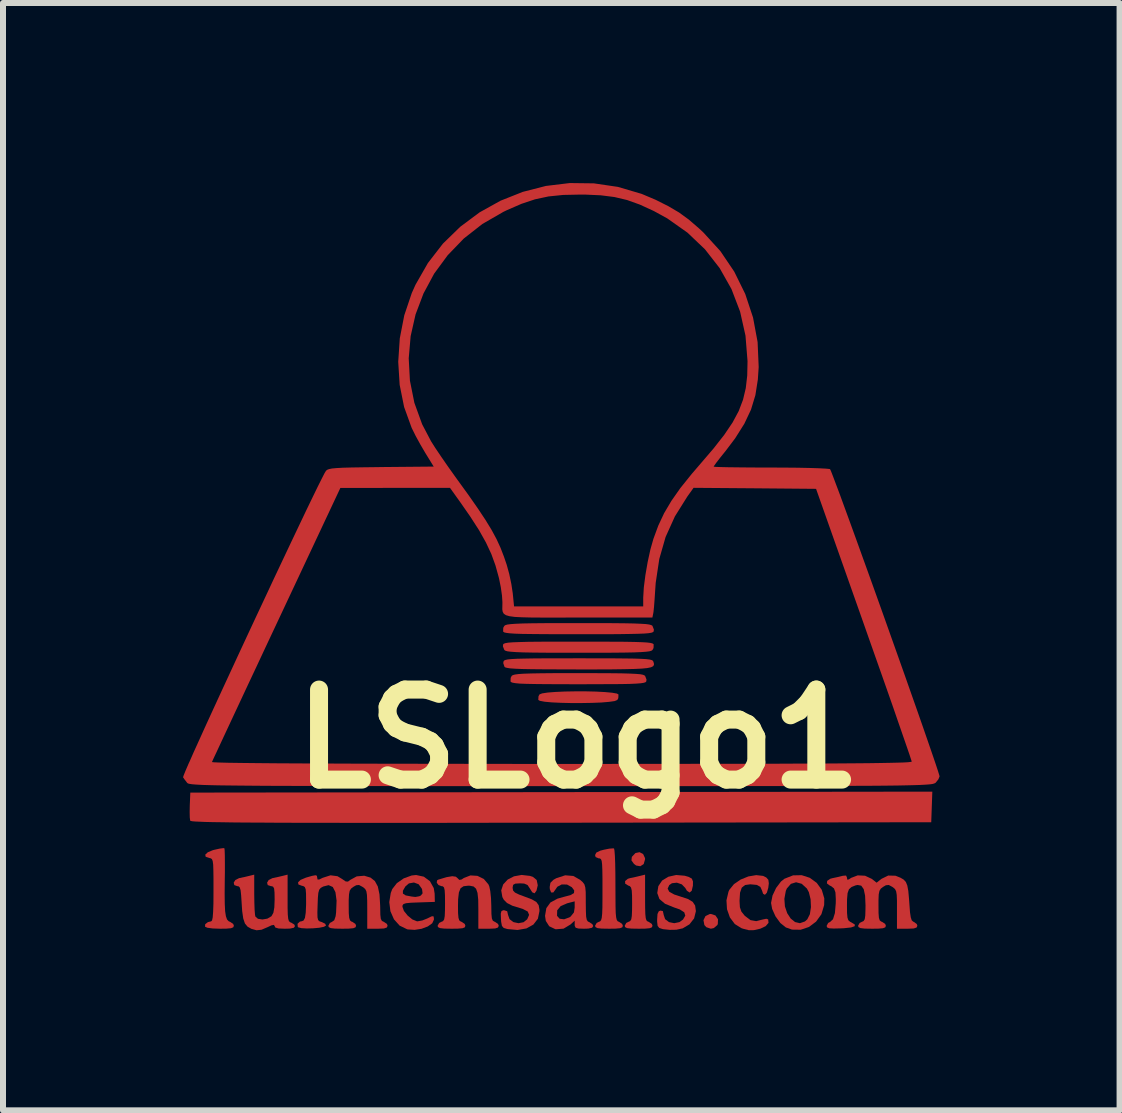
<source format=kicad_pcb>
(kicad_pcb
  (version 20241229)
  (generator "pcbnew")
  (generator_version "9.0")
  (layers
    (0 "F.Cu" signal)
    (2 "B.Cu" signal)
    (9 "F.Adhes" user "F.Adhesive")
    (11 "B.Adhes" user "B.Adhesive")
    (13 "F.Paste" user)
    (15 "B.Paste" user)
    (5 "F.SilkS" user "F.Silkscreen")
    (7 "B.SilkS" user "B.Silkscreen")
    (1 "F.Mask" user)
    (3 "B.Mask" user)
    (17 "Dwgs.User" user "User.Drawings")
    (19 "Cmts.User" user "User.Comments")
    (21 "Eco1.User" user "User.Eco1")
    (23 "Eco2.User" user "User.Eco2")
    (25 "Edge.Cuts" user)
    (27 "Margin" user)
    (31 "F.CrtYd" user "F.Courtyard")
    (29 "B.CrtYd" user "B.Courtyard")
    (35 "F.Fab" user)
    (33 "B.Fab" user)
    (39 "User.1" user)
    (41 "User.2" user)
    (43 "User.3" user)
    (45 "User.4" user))
  (footprint "LSLogo1"
    (layer "F.Cu")
    (at 6.587 9.261)
    (property "Reference" "LSLogo1" (at 0 0 0) (layer "F.SilkS") (effects (font (size 1.5 1.5) (thickness 0.3))))
    (attr board_only exclude_from_pos_files exclude_from_bom)
    (fp_poly (pts (xy 1.078 1.918) (xy 1.11 1.986) (xy 1.111 2.006) (xy 1.088 2.085) (xy 1.032 2.122) (xy 0.962 2.11) (xy 0.926 2.083) (xy 0.884 2.025) (xy 0.89 1.97) (xy 0.894 1.962) (xy 0.951 1.902) (xy 1.019 1.888)) (stroke (width 0) (type solid)) (fill yes) (layer "F.Cu"))
    (fp_poly (pts (xy 2.284 2.942) (xy 2.326 3.005) (xy 2.323 3.084) (xy 2.315 3.102) (xy 2.257 3.152) (xy 2.207 3.163) (xy 2.132 3.138) (xy 2.099 3.102) (xy 2.084 3.021) (xy 2.117 2.953) (xy 2.188 2.918) (xy 2.207 2.917)) (stroke (width 0) (type solid)) (fill yes) (layer "F.Cu"))
    (fp_poly (pts (xy 0.124 -0.792) (xy 0.292 -0.788) (xy 0.442 -0.78) (xy 0.562 -0.769) (xy 0.642 -0.755) (xy 0.668 -0.74) (xy 0.665 -0.679) (xy 0.648 -0.648) (xy 0.604 -0.63) (xy 0.511 -0.617) (xy 0.381 -0.606) (xy 0.224 -0.6) (xy 0.052 -0.597) (xy -0.124 -0.597) (xy -0.292 -0.601) (xy -0.442 -0.608) (xy -0.562 -0.619) (xy -0.642 -0.634) (xy -0.668 -0.649) (xy -0.665 -0.709) (xy -0.648 -0.741) (xy -0.604 -0.758) (xy -0.511 -0.772) (xy -0.381 -0.782) (xy -0.224 -0.789) (xy -0.052 -0.792)) (stroke (width 0) (type solid)) (fill yes) (layer "F.Cu"))
    (fp_poly (pts (xy 5.888 1.134) (xy 5.879 1.389) (xy -0.286 1.397) (xy -1.027 1.397) (xy -1.707 1.398) (xy -2.331 1.399) (xy -2.9 1.399) (xy -3.417 1.399) (xy -3.884 1.399) (xy -4.302 1.398) (xy -4.676 1.398) (xy -5.006 1.397) (xy -5.296 1.395) (xy -5.548 1.394) (xy -5.763 1.392) (xy -5.945 1.389) (xy -6.095 1.387) (xy -6.216 1.384) (xy -6.31 1.38) (xy -6.381 1.377) (xy -6.429 1.373) (xy -6.457 1.368) (xy -6.468 1.363) (xy -6.468 1.363) (xy -6.475 1.312) (xy -6.477 1.22) (xy -6.475 1.108) (xy -6.466 0.895) (xy -0.284 0.887) (xy 5.897 0.879)) (stroke (width 0) (type solid)) (fill yes) (layer "F.Cu"))
    (fp_poly (pts (xy 1.111 2.647) (xy 1.112 2.808) (xy 1.115 2.917) (xy 1.122 2.986) (xy 1.134 3.024) (xy 1.154 3.042) (xy 1.173 3.049) (xy 1.223 3.083) (xy 1.235 3.114) (xy 1.224 3.14) (xy 1.186 3.155) (xy 1.108 3.162) (xy 1.003 3.163) (xy 0.882 3.161) (xy 0.811 3.153) (xy 0.778 3.136) (xy 0.772 3.114) (xy 0.797 3.067) (xy 0.833 3.049) (xy 0.862 3.036) (xy 0.881 3.007) (xy 0.89 2.951) (xy 0.894 2.854) (xy 0.895 2.747) (xy 0.894 2.612) (xy 0.889 2.526) (xy 0.877 2.477) (xy 0.856 2.453) (xy 0.833 2.445) (xy 0.78 2.413) (xy 0.778 2.369) (xy 0.824 2.331) (xy 0.861 2.32) (xy 0.959 2.299) (xy 1.03 2.282) (xy 1.111 2.262)) (stroke (width 0) (type solid)) (fill yes) (layer "F.Cu"))
    (fp_poly (pts (xy 0.292 -1.095) (xy 0.527 -1.094) (xy 0.713 -1.092) (xy 0.855 -1.088) (xy 0.959 -1.083) (xy 1.031 -1.077) (xy 1.077 -1.068) (xy 1.103 -1.056) (xy 1.111 -1.05) (xy 1.135 -0.989) (xy 1.131 -0.957) (xy 1.12 -0.945) (xy 1.092 -0.935) (xy 1.043 -0.927) (xy 0.967 -0.921) (xy 0.856 -0.916) (xy 0.707 -0.913) (xy 0.513 -0.912) (xy 0.268 -0.911) (xy -0.000001 -0.91) (xy -0.295 -0.911) (xy -0.535 -0.912) (xy -0.724 -0.914) (xy -0.869 -0.917) (xy -0.976 -0.921) (xy -1.049 -0.928) (xy -1.096 -0.936) (xy -1.121 -0.946) (xy -1.131 -0.957) (xy -1.128 -1.018) (xy -1.111 -1.05) (xy -1.093 -1.062) (xy -1.058 -1.072) (xy -1 -1.08) (xy -0.913 -1.086) (xy -0.791 -1.09) (xy -0.628 -1.093) (xy -0.418 -1.095) (xy -0.156 -1.096) (xy -0.000001 -1.096)) (stroke (width 0) (type solid)) (fill yes) (layer "F.Cu"))
    (fp_poly (pts (xy 0.31 -1.342) (xy 0.563 -1.342) (xy 0.766 -1.34) (xy 0.925 -1.338) (xy 1.044 -1.334) (xy 1.129 -1.329) (xy 1.187 -1.322) (xy 1.222 -1.313) (xy 1.241 -1.302) (xy 1.247 -1.292) (xy 1.258 -1.259) (xy 1.259 -1.232) (xy 1.244 -1.21) (xy 1.21 -1.193) (xy 1.149 -1.18) (xy 1.058 -1.171) (xy 0.931 -1.165) (xy 0.762 -1.161) (xy 0.547 -1.158) (xy 0.28 -1.157) (xy -0.000001 -1.157) (xy -0.313 -1.158) (xy -0.57 -1.159) (xy -0.775 -1.161) (xy -0.935 -1.164) (xy -1.054 -1.169) (xy -1.139 -1.175) (xy -1.193 -1.184) (xy -1.223 -1.193) (xy -1.231 -1.2) (xy -1.252 -1.262) (xy -1.247 -1.292) (xy -1.238 -1.305) (xy -1.216 -1.315) (xy -1.176 -1.324) (xy -1.112 -1.33) (xy -1.019 -1.335) (xy -0.891 -1.338) (xy -0.723 -1.341) (xy -0.509 -1.342) (xy -0.243 -1.342) (xy -0.000001 -1.343)) (stroke (width 0) (type solid)) (fill yes) (layer "F.Cu"))
    (fp_poly (pts (xy 3.856 2.315) (xy 3.971 2.399) (xy 4.055 2.515) (xy 4.097 2.657) (xy 4.095 2.769) (xy 4.049 2.922) (xy 3.96 3.045) (xy 3.841 3.134) (xy 3.704 3.18) (xy 3.56 3.178) (xy 3.457 3.142) (xy 3.365 3.068) (xy 3.284 2.957) (xy 3.228 2.833) (xy 3.21 2.733) (xy 3.224 2.665) (xy 3.432 2.665) (xy 3.441 2.791) (xy 3.479 2.904) (xy 3.537 2.993) (xy 3.61 3.052) (xy 3.691 3.071) (xy 3.774 3.042) (xy 3.814 3.006) (xy 3.857 2.921) (xy 3.875 2.803) (xy 3.869 2.673) (xy 3.84 2.555) (xy 3.807 2.493) (xy 3.72 2.414) (xy 3.627 2.389) (xy 3.54 2.416) (xy 3.473 2.493) (xy 3.456 2.533) (xy 3.432 2.665) (xy 3.224 2.665) (xy 3.234 2.611) (xy 3.294 2.484) (xy 3.375 2.377) (xy 3.432 2.331) (xy 3.576 2.274) (xy 3.721 2.271)) (stroke (width 0) (type solid)) (fill yes) (layer "F.Cu"))
    (fp_poly (pts (xy 0.309 -1.929) (xy 0.562 -1.928) (xy 0.764 -1.926) (xy 0.922 -1.923) (xy 1.04 -1.918) (xy 1.125 -1.913) (xy 1.182 -1.905) (xy 1.216 -1.895) (xy 1.234 -1.884) (xy 1.234 -1.883) (xy 1.258 -1.822) (xy 1.254 -1.79) (xy 1.243 -1.779) (xy 1.217 -1.769) (xy 1.17 -1.761) (xy 1.096 -1.755) (xy 0.99 -1.751) (xy 0.846 -1.748) (xy 0.66 -1.745) (xy 0.425 -1.744) (xy 0.137 -1.744) (xy -0.000001 -1.744) (xy -0.313 -1.744) (xy -0.569 -1.745) (xy -0.775 -1.747) (xy -0.935 -1.749) (xy -1.056 -1.753) (xy -1.143 -1.759) (xy -1.2 -1.766) (xy -1.235 -1.774) (xy -1.251 -1.785) (xy -1.254 -1.79) (xy -1.252 -1.851) (xy -1.234 -1.883) (xy -1.217 -1.895) (xy -1.183 -1.905) (xy -1.128 -1.912) (xy -1.044 -1.918) (xy -0.927 -1.923) (xy -0.771 -1.926) (xy -0.57 -1.928) (xy -0.32 -1.929) (xy -0.013 -1.929) (xy -0.000001 -1.929)) (stroke (width 0) (type solid)) (fill yes) (layer "F.Cu"))
    (fp_poly (pts (xy 0.313 -1.62) (xy 0.569 -1.619) (xy 0.775 -1.618) (xy 0.935 -1.615) (xy 1.056 -1.611) (xy 1.143 -1.606) (xy 1.2 -1.599) (xy 1.235 -1.59) (xy 1.251 -1.579) (xy 1.254 -1.574) (xy 1.252 -1.513) (xy 1.234 -1.481) (xy 1.217 -1.469) (xy 1.183 -1.459) (xy 1.128 -1.452) (xy 1.044 -1.446) (xy 0.927 -1.441) (xy 0.771 -1.438) (xy 0.57 -1.436) (xy 0.32 -1.435) (xy 0.013 -1.435) (xy -0.000001 -1.435) (xy -0.309 -1.435) (xy -0.562 -1.436) (xy -0.764 -1.438) (xy -0.922 -1.441) (xy -1.04 -1.446) (xy -1.125 -1.452) (xy -1.182 -1.459) (xy -1.216 -1.469) (xy -1.234 -1.481) (xy -1.234 -1.481) (xy -1.258 -1.542) (xy -1.254 -1.574) (xy -1.243 -1.585) (xy -1.217 -1.595) (xy -1.17 -1.603) (xy -1.096 -1.609) (xy -0.99 -1.613) (xy -0.846 -1.617) (xy -0.66 -1.619) (xy -0.425 -1.62) (xy -0.137 -1.62) (xy -0.000001 -1.62)) (stroke (width 0) (type solid)) (fill yes) (layer "F.Cu"))
    (fp_poly (pts (xy 3.078 2.283) (xy 3.13 2.309) (xy 3.165 2.348) (xy 3.173 2.407) (xy 3.164 2.481) (xy 3.14 2.563) (xy 3.108 2.598) (xy 3.077 2.58) (xy 3.06 2.528) (xy 3.032 2.466) (xy 2.972 2.433) (xy 2.865 2.423) (xy 2.864 2.423) (xy 2.777 2.435) (xy 2.722 2.479) (xy 2.693 2.563) (xy 2.685 2.697) (xy 2.685 2.701) (xy 2.691 2.806) (xy 2.716 2.878) (xy 2.77 2.945) (xy 2.775 2.95) (xy 2.868 3.02) (xy 2.963 3.037) (xy 3.068 3.01) (xy 3.131 2.997) (xy 3.162 3.008) (xy 3.168 3.065) (xy 3.121 3.12) (xy 3.033 3.162) (xy 3.029 3.163) (xy 2.924 3.187) (xy 2.841 3.188) (xy 2.747 3.164) (xy 2.717 3.154) (xy 2.606 3.085) (xy 2.524 2.975) (xy 2.476 2.838) (xy 2.467 2.69) (xy 2.501 2.546) (xy 2.515 2.515) (xy 2.592 2.42) (xy 2.703 2.344) (xy 2.832 2.292) (xy 2.963 2.27)) (stroke (width 0) (type solid)) (fill yes) (layer "F.Cu"))
    (fp_poly (pts (xy -5.898 1.823) (xy -5.894 1.857) (xy -5.891 1.942) (xy -5.89 2.068) (xy -5.89 2.224) (xy -5.892 2.355) (xy -5.894 2.578) (xy -5.892 2.748) (xy -5.886 2.871) (xy -5.873 2.955) (xy -5.854 3.009) (xy -5.827 3.038) (xy -5.8 3.05) (xy -5.751 3.084) (xy -5.74 3.114) (xy -5.751 3.14) (xy -5.789 3.155) (xy -5.868 3.162) (xy -5.97 3.163) (xy -6.093 3.159) (xy -6.182 3.147) (xy -6.221 3.129) (xy -6.218 3.088) (xy -6.173 3.053) (xy -6.119 3.04) (xy -6.104 3.025) (xy -6.093 2.975) (xy -6.086 2.883) (xy -6.081 2.743) (xy -6.08 2.55) (xy -6.08 2.517) (xy -6.08 2.327) (xy -6.082 2.189) (xy -6.085 2.096) (xy -6.093 2.037) (xy -6.105 2.005) (xy -6.123 1.991) (xy -6.147 1.985) (xy -6.149 1.985) (xy -6.21 1.964) (xy -6.217 1.929) (xy -6.176 1.89) (xy -6.09 1.854) (xy -6.066 1.848) (xy -5.976 1.828) (xy -5.914 1.82)) (stroke (width 0) (type solid)) (fill yes) (layer "F.Cu"))
    (fp_poly (pts (xy 0.594 1.826) (xy 0.601 1.86) (xy 0.608 1.946) (xy 0.613 2.074) (xy 0.616 2.234) (xy 0.617 2.418) (xy 0.617 2.436) (xy 0.618 2.642) (xy 0.619 2.795) (xy 0.622 2.902) (xy 0.629 2.973) (xy 0.639 3.015) (xy 0.653 3.037) (xy 0.673 3.047) (xy 0.679 3.049) (xy 0.729 3.083) (xy 0.741 3.114) (xy 0.731 3.14) (xy 0.692 3.155) (xy 0.614 3.162) (xy 0.509 3.163) (xy 0.388 3.161) (xy 0.318 3.153) (xy 0.285 3.136) (xy 0.278 3.114) (xy 0.304 3.067) (xy 0.339 3.049) (xy 0.362 3.04) (xy 0.378 3.02) (xy 0.389 2.982) (xy 0.396 2.914) (xy 0.4 2.81) (xy 0.401 2.66) (xy 0.401 2.512) (xy 0.401 2.321) (xy 0.399 2.184) (xy 0.395 2.091) (xy 0.388 2.034) (xy 0.376 2.004) (xy 0.359 1.992) (xy 0.339 1.991) (xy 0.287 1.969) (xy 0.278 1.936) (xy 0.298 1.895) (xy 0.364 1.863) (xy 0.424 1.847) (xy 0.514 1.829) (xy 0.578 1.824)) (stroke (width 0) (type solid)) (fill yes) (layer "F.Cu"))
    (fp_poly (pts (xy -2.575 2.296) (xy -2.473 2.372) (xy -2.41 2.486) (xy -2.395 2.579) (xy -2.392 2.716) (xy -2.662 2.725) (xy -2.792 2.73) (xy -2.872 2.738) (xy -2.914 2.752) (xy -2.93 2.774) (xy -2.932 2.797) (xy -2.907 2.867) (xy -2.845 2.944) (xy -2.767 3.008) (xy -2.691 3.039) (xy -2.68 3.04) (xy -2.6 3.025) (xy -2.519 2.993) (xy -2.448 2.958) (xy -2.416 2.954) (xy -2.408 2.983) (xy -2.407 3.011) (xy -2.435 3.072) (xy -2.509 3.125) (xy -2.612 3.164) (xy -2.728 3.182) (xy -2.841 3.175) (xy -2.854 3.172) (xy -2.979 3.111) (xy -3.073 3.006) (xy -3.132 2.872) (xy -3.151 2.72) (xy -3.128 2.578) (xy -2.924 2.578) (xy -2.878 2.608) (xy -2.778 2.627) (xy -2.716 2.634) (xy -2.65 2.622) (xy -2.624 2.609) (xy -2.596 2.573) (xy -2.604 2.51) (xy -2.61 2.494) (xy -2.662 2.422) (xy -2.74 2.393) (xy -2.824 2.408) (xy -2.883 2.459) (xy -2.924 2.53) (xy -2.924 2.578) (xy -3.128 2.578) (xy -3.125 2.564) (xy -3.101 2.502) (xy -3.025 2.404) (xy -2.91 2.324) (xy -2.778 2.276) (xy -2.704 2.268)) (stroke (width 0) (type solid)) (fill yes) (layer "F.Cu"))
    (fp_poly (pts (xy 1.771 2.28) (xy 1.836 2.299) (xy 1.89 2.328) (xy 1.909 2.375) (xy 1.908 2.446) (xy 1.888 2.531) (xy 1.853 2.56) (xy 1.808 2.53) (xy 1.781 2.484) (xy 1.723 2.424) (xy 1.641 2.396) (xy 1.559 2.405) (xy 1.514 2.436) (xy 1.487 2.495) (xy 1.514 2.547) (xy 1.597 2.593) (xy 1.695 2.625) (xy 1.825 2.668) (xy 1.904 2.715) (xy 1.945 2.777) (xy 1.957 2.864) (xy 1.957 2.874) (xy 1.928 2.991) (xy 1.851 3.09) (xy 1.738 3.157) (xy 1.632 3.18) (xy 1.523 3.182) (xy 1.423 3.172) (xy 1.404 3.169) (xy 1.347 3.15) (xy 1.32 3.116) (xy 1.312 3.047) (xy 1.312 3.009) (xy 1.318 2.918) (xy 1.339 2.873) (xy 1.366 2.861) (xy 1.407 2.869) (xy 1.42 2.925) (xy 1.42 2.929) (xy 1.445 3.004) (xy 1.51 3.053) (xy 1.596 3.071) (xy 1.684 3.053) (xy 1.743 3.01) (xy 1.781 2.945) (xy 1.764 2.89) (xy 1.69 2.842) (xy 1.595 2.809) (xy 1.443 2.747) (xy 1.35 2.668) (xy 1.314 2.569) (xy 1.332 2.454) (xy 1.395 2.36) (xy 1.499 2.297) (xy 1.629 2.268)) (stroke (width 0) (type solid)) (fill yes) (layer "F.Cu"))
    (fp_poly (pts (xy -0.807 2.283) (xy -0.758 2.299) (xy -0.695 2.351) (xy -0.677 2.439) (xy -0.698 2.528) (xy -0.73 2.573) (xy -0.769 2.556) (xy -0.809 2.492) (xy -0.847 2.435) (xy -0.902 2.411) (xy -0.973 2.407) (xy -1.052 2.412) (xy -1.087 2.432) (xy -1.096 2.478) (xy -1.096 2.483) (xy -1.088 2.527) (xy -1.056 2.561) (xy -0.988 2.594) (xy -0.899 2.627) (xy -0.775 2.674) (xy -0.7 2.718) (xy -0.662 2.771) (xy -0.649 2.844) (xy -0.649 2.871) (xy -0.675 2.997) (xy -0.75 3.094) (xy -0.865 3.158) (xy -1.014 3.184) (xy -1.187 3.168) (xy -1.188 3.167) (xy -1.245 3.15) (xy -1.274 3.116) (xy -1.287 3.047) (xy -1.29 3.001) (xy -1.293 2.912) (xy -1.282 2.869) (xy -1.252 2.855) (xy -1.236 2.855) (xy -1.186 2.872) (xy -1.173 2.931) (xy -1.147 3.004) (xy -1.082 3.053) (xy -0.998 3.071) (xy -0.914 3.055) (xy -0.853 3.006) (xy -0.821 2.932) (xy -0.845 2.876) (xy -0.927 2.833) (xy -0.963 2.822) (xy -1.1 2.78) (xy -1.189 2.735) (xy -1.243 2.68) (xy -1.267 2.635) (xy -1.286 2.524) (xy -1.253 2.425) (xy -1.178 2.344) (xy -1.073 2.29) (xy -0.946 2.267)) (stroke (width 0) (type solid)) (fill yes) (layer "F.Cu"))
    (fp_poly (pts (xy -0.085 2.284) (xy 0.028 2.348) (xy 0.072 2.387) (xy 0.1 2.424) (xy 0.115 2.475) (xy 0.122 2.552) (xy 0.123 2.672) (xy 0.123 2.732) (xy 0.125 2.872) (xy 0.129 2.963) (xy 0.14 3.016) (xy 0.159 3.043) (xy 0.185 3.055) (xy 0.235 3.09) (xy 0.247 3.119) (xy 0.228 3.147) (xy 0.165 3.161) (xy 0.093 3.163) (xy 0.001 3.16) (xy -0.045 3.147) (xy -0.061 3.117) (xy -0.062 3.096) (xy -0.062 3.029) (xy -0.131 3.092) (xy -0.247 3.162) (xy -0.374 3.172) (xy -0.386 3.17) (xy -0.486 3.122) (xy -0.543 3.033) (xy -0.556 2.947) (xy -0.555 2.944) (xy -0.356 2.944) (xy -0.355 2.949) (xy -0.312 2.997) (xy -0.238 3.006) (xy -0.15 2.974) (xy -0.13 2.961) (xy -0.074 2.891) (xy -0.062 2.81) (xy -0.062 2.707) (xy -0.186 2.739) (xy -0.295 2.786) (xy -0.353 2.856) (xy -0.356 2.944) (xy -0.555 2.944) (xy -0.534 2.82) (xy -0.466 2.726) (xy -0.348 2.662) (xy -0.245 2.633) (xy -0.131 2.603) (xy -0.073 2.568) (xy -0.07 2.524) (xy -0.11 2.471) (xy -0.189 2.427) (xy -0.277 2.425) (xy -0.351 2.464) (xy -0.376 2.501) (xy -0.418 2.559) (xy -0.454 2.559) (xy -0.476 2.504) (xy -0.478 2.466) (xy -0.466 2.398) (xy -0.417 2.349) (xy -0.37 2.322) (xy -0.22 2.273)) (stroke (width 0) (type solid)) (fill yes) (layer "F.Cu"))
    (fp_poly (pts (xy -4.845 2.654) (xy -4.845 2.816) (xy -4.842 2.927) (xy -4.835 2.997) (xy -4.823 3.036) (xy -4.803 3.055) (xy -4.784 3.062) (xy -4.734 3.093) (xy -4.722 3.121) (xy -4.741 3.147) (xy -4.806 3.161) (xy -4.892 3.163) (xy -4.997 3.159) (xy -5.05 3.143) (xy -5.061 3.12) (xy -5.073 3.099) (xy -5.115 3.107) (xy -5.176 3.136) (xy -5.28 3.18) (xy -5.362 3.189) (xy -5.448 3.165) (xy -5.448 3.165) (xy -5.512 3.129) (xy -5.556 3.076) (xy -5.584 2.993) (xy -5.602 2.869) (xy -5.61 2.746) (xy -5.619 2.609) (xy -5.628 2.523) (xy -5.642 2.476) (xy -5.663 2.456) (xy -5.683 2.454) (xy -5.733 2.436) (xy -5.743 2.395) (xy -5.715 2.351) (xy -5.655 2.321) (xy -5.651 2.32) (xy -5.553 2.299) (xy -5.482 2.282) (xy -5.401 2.262) (xy -5.401 2.587) (xy -5.399 2.726) (xy -5.395 2.846) (xy -5.388 2.93) (xy -5.382 2.96) (xy -5.339 2.998) (xy -5.264 3.009) (xy -5.182 2.995) (xy -5.116 2.956) (xy -5.113 2.953) (xy -5.082 2.897) (xy -5.066 2.807) (xy -5.061 2.675) (xy -5.063 2.56) (xy -5.07 2.493) (xy -5.087 2.462) (xy -5.116 2.454) (xy -5.123 2.454) (xy -5.176 2.436) (xy -5.187 2.396) (xy -5.16 2.351) (xy -5.099 2.321) (xy -5.096 2.32) (xy -4.998 2.299) (xy -4.926 2.282) (xy -4.845 2.262)) (stroke (width 0) (type solid)) (fill yes) (layer "F.Cu"))
    (fp_poly (pts (xy -1.682 2.282) (xy -1.576 2.334) (xy -1.5 2.423) (xy -1.485 2.457) (xy -1.468 2.537) (xy -1.456 2.653) (xy -1.451 2.784) (xy -1.451 2.794) (xy -1.449 2.916) (xy -1.442 2.99) (xy -1.426 3.029) (xy -1.398 3.046) (xy -1.389 3.049) (xy -1.339 3.083) (xy -1.327 3.114) (xy -1.34 3.143) (xy -1.387 3.159) (xy -1.482 3.163) (xy -1.497 3.163) (xy -1.667 3.163) (xy -1.667 2.843) (xy -1.669 2.679) (xy -1.681 2.566) (xy -1.705 2.497) (xy -1.745 2.46) (xy -1.807 2.447) (xy -1.836 2.446) (xy -1.913 2.455) (xy -1.963 2.489) (xy -1.991 2.558) (xy -2.004 2.672) (xy -2.006 2.778) (xy -2.005 2.904) (xy -1.998 2.982) (xy -1.984 3.025) (xy -1.959 3.044) (xy -1.944 3.049) (xy -1.894 3.083) (xy -1.883 3.114) (xy -1.893 3.14) (xy -1.931 3.155) (xy -2.01 3.162) (xy -2.114 3.163) (xy -2.235 3.161) (xy -2.306 3.153) (xy -2.339 3.136) (xy -2.346 3.114) (xy -2.32 3.067) (xy -2.284 3.049) (xy -2.255 3.036) (xy -2.237 3.008) (xy -2.227 2.952) (xy -2.223 2.856) (xy -2.222 2.743) (xy -2.223 2.608) (xy -2.228 2.522) (xy -2.239 2.476) (xy -2.258 2.457) (xy -2.281 2.454) (xy -2.331 2.435) (xy -2.36 2.396) (xy -2.355 2.358) (xy -2.337 2.346) (xy -2.197 2.304) (xy -2.102 2.288) (xy -2.043 2.296) (xy -2.016 2.318) (xy -1.984 2.35) (xy -1.947 2.343) (xy -1.909 2.318) (xy -1.799 2.275)) (stroke (width 0) (type solid)) (fill yes) (layer "F.Cu"))
    (fp_poly (pts (xy 4.776 2.28) (xy 4.887 2.332) (xy 4.888 2.332) (xy 4.969 2.396) (xy 5.05 2.332) (xy 5.162 2.277) (xy 5.284 2.28) (xy 5.368 2.314) (xy 5.42 2.345) (xy 5.456 2.384) (xy 5.48 2.443) (xy 5.497 2.534) (xy 5.509 2.669) (xy 5.515 2.75) (xy 5.525 2.887) (xy 5.538 2.974) (xy 5.554 3.023) (xy 5.579 3.046) (xy 5.591 3.05) (xy 5.638 3.085) (xy 5.648 3.114) (xy 5.635 3.143) (xy 5.588 3.159) (xy 5.493 3.163) (xy 5.478 3.163) (xy 5.308 3.163) (xy 5.308 2.84) (xy 5.308 2.695) (xy 5.304 2.599) (xy 5.294 2.539) (xy 5.275 2.502) (xy 5.245 2.476) (xy 5.231 2.466) (xy 5.171 2.434) (xy 5.123 2.439) (xy 5.077 2.466) (xy 5.039 2.495) (xy 5.016 2.532) (xy 5.004 2.591) (xy 5 2.687) (xy 5 2.775) (xy 5.001 2.902) (xy 5.007 2.981) (xy 5.021 3.024) (xy 5.046 3.044) (xy 5.061 3.049) (xy 5.112 3.083) (xy 5.123 3.114) (xy 5.113 3.14) (xy 5.075 3.155) (xy 4.996 3.162) (xy 4.892 3.163) (xy 4.771 3.161) (xy 4.7 3.153) (xy 4.667 3.136) (xy 4.66 3.114) (xy 4.686 3.067) (xy 4.722 3.049) (xy 4.752 3.035) (xy 4.771 3.004) (xy 4.78 2.943) (xy 4.783 2.839) (xy 4.784 2.776) (xy 4.777 2.613) (xy 4.754 2.504) (xy 4.713 2.446) (xy 4.652 2.434) (xy 4.618 2.441) (xy 4.551 2.468) (xy 4.508 2.506) (xy 4.485 2.57) (xy 4.476 2.674) (xy 4.475 2.774) (xy 4.476 2.9) (xy 4.483 2.977) (xy 4.498 3.022) (xy 4.525 3.046) (xy 4.545 3.056) (xy 4.605 3.092) (xy 4.604 3.121) (xy 4.543 3.142) (xy 4.422 3.155) (xy 4.375 3.157) (xy 4.253 3.16) (xy 4.18 3.156) (xy 4.145 3.142) (xy 4.136 3.118) (xy 4.136 3.116) (xy 4.161 3.067) (xy 4.194 3.05) (xy 4.242 3.005) (xy 4.274 2.902) (xy 4.288 2.739) (xy 4.289 2.67) (xy 4.283 2.558) (xy 4.259 2.492) (xy 4.21 2.453) (xy 4.19 2.445) (xy 4.141 2.408) (xy 4.145 2.366) (xy 4.198 2.33) (xy 4.236 2.32) (xy 4.33 2.3) (xy 4.406 2.281) (xy 4.46 2.277) (xy 4.475 2.311) (xy 4.475 2.313) (xy 4.48 2.346) (xy 4.507 2.341) (xy 4.544 2.316) (xy 4.654 2.274)) (stroke (width 0) (type solid)) (fill yes) (layer "F.Cu"))
    (fp_poly (pts (xy -4.357 2.281) (xy -4.352 2.311) (xy -4.352 2.315) (xy -4.345 2.344) (xy -4.316 2.342) (xy -4.261 2.315) (xy -4.13 2.273) (xy -4.014 2.288) (xy -3.938 2.334) (xy -3.878 2.375) (xy -3.839 2.378) (xy -3.8 2.349) (xy -3.694 2.291) (xy -3.568 2.28) (xy -3.462 2.312) (xy -3.391 2.369) (xy -3.342 2.459) (xy -3.314 2.591) (xy -3.303 2.773) (xy -3.302 2.813) (xy -3.3 2.929) (xy -3.292 2.998) (xy -3.274 3.033) (xy -3.241 3.049) (xy -3.241 3.049) (xy -3.19 3.083) (xy -3.179 3.114) (xy -3.192 3.143) (xy -3.239 3.159) (xy -3.333 3.163) (xy -3.349 3.163) (xy -3.518 3.163) (xy -3.518 2.84) (xy -3.519 2.695) (xy -3.523 2.599) (xy -3.533 2.539) (xy -3.552 2.502) (xy -3.581 2.476) (xy -3.596 2.466) (xy -3.656 2.434) (xy -3.703 2.439) (xy -3.75 2.466) (xy -3.788 2.495) (xy -3.811 2.532) (xy -3.822 2.591) (xy -3.827 2.687) (xy -3.827 2.775) (xy -3.826 2.902) (xy -3.819 2.981) (xy -3.805 3.024) (xy -3.781 3.044) (xy -3.765 3.049) (xy -3.715 3.083) (xy -3.704 3.114) (xy -3.714 3.14) (xy -3.752 3.155) (xy -3.831 3.162) (xy -3.935 3.163) (xy -4.056 3.161) (xy -4.127 3.153) (xy -4.16 3.136) (xy -4.166 3.114) (xy -4.141 3.067) (xy -4.108 3.05) (xy -4.068 3.022) (xy -4.045 2.955) (xy -4.037 2.891) (xy -4.029 2.695) (xy -4.048 2.554) (xy -4.092 2.468) (xy -4.162 2.437) (xy -4.252 2.46) (xy -4.293 2.483) (xy -4.318 2.513) (xy -4.333 2.565) (xy -4.341 2.652) (xy -4.345 2.767) (xy -4.349 2.895) (xy -4.347 2.975) (xy -4.336 3.019) (xy -4.314 3.04) (xy -4.276 3.052) (xy -4.273 3.053) (xy -4.219 3.08) (xy -4.205 3.111) (xy -4.24 3.131) (xy -4.318 3.147) (xy -4.419 3.156) (xy -4.523 3.159) (xy -4.613 3.154) (xy -4.668 3.14) (xy -4.675 3.134) (xy -4.68 3.081) (xy -4.64 3.044) (xy -4.615 3.04) (xy -4.58 3.027) (xy -4.556 2.982) (xy -4.543 2.896) (xy -4.537 2.761) (xy -4.537 2.7) (xy -4.538 2.579) (xy -4.544 2.505) (xy -4.559 2.468) (xy -4.585 2.452) (xy -4.606 2.448) (xy -4.665 2.426) (xy -4.671 2.39) (xy -4.628 2.349) (xy -4.54 2.312) (xy -4.537 2.311) (xy -4.436 2.282) (xy -4.38 2.272)) (stroke (width 0) (type solid)) (fill yes) (layer "F.Cu"))
    (fp_poly (pts (xy 0.258 -9.256) (xy 0.659 -9.197) (xy 1.053 -9.081) (xy 1.285 -8.983) (xy 1.5 -8.875) (xy 1.678 -8.77) (xy 1.84 -8.652) (xy 2.008 -8.507) (xy 2.085 -8.435) (xy 2.365 -8.128) (xy 2.597 -7.785) (xy 2.78 -7.413) (xy 2.91 -7.02) (xy 2.986 -6.612) (xy 3.004 -6.196) (xy 2.99 -5.987) (xy 2.949 -5.727) (xy 2.876 -5.486) (xy 2.765 -5.251) (xy 2.612 -5.008) (xy 2.451 -4.795) (xy 2.368 -4.692) (xy 2.302 -4.607) (xy 2.262 -4.551) (xy 2.253 -4.536) (xy 2.283 -4.532) (xy 2.366 -4.529) (xy 2.497 -4.526) (xy 2.667 -4.524) (xy 2.869 -4.522) (xy 3.096 -4.521) (xy 3.202 -4.521) (xy 3.439 -4.52) (xy 3.658 -4.518) (xy 3.849 -4.514) (xy 4.006 -4.509) (xy 4.12 -4.503) (xy 4.183 -4.497) (xy 4.193 -4.494) (xy 4.208 -4.463) (xy 4.241 -4.378) (xy 4.291 -4.245) (xy 4.357 -4.07) (xy 4.435 -3.856) (xy 4.525 -3.61) (xy 4.624 -3.337) (xy 4.731 -3.04) (xy 4.844 -2.727) (xy 4.961 -2.401) (xy 5.08 -2.068) (xy 5.199 -1.733) (xy 5.317 -1.401) (xy 5.432 -1.077) (xy 5.541 -0.767) (xy 5.644 -0.475) (xy 5.738 -0.206) (xy 5.821 0.034) (xy 5.892 0.24) (xy 5.949 0.407) (xy 5.99 0.531) (xy 6.013 0.605) (xy 6.018 0.625) (xy 5.998 0.674) (xy 5.957 0.725) (xy 5.949 0.733) (xy 5.938 0.739) (xy 5.923 0.745) (xy 5.901 0.751) (xy 5.868 0.756) (xy 5.823 0.76) (xy 5.763 0.764) (xy 5.685 0.768) (xy 5.588 0.771) (xy 5.467 0.774) (xy 5.321 0.777) (xy 5.148 0.779) (xy 4.944 0.781) (xy 4.707 0.782) (xy 4.435 0.783) (xy 4.125 0.784) (xy 3.775 0.785) (xy 3.381 0.786) (xy 2.942 0.786) (xy 2.455 0.787) (xy 1.917 0.787) (xy 1.326 0.787) (xy 0.679 0.787) (xy -0.026 0.787) (xy -0.288 0.787) (xy -1.016 0.787) (xy -1.684 0.787) (xy -2.296 0.787) (xy -2.854 0.787) (xy -3.36 0.786) (xy -3.816 0.786) (xy -4.227 0.785) (xy -4.593 0.784) (xy -4.918 0.783) (xy -5.203 0.782) (xy -5.452 0.78) (xy -5.668 0.778) (xy -5.852 0.776) (xy -6.007 0.774) (xy -6.135 0.771) (xy -6.24 0.768) (xy -6.323 0.764) (xy -6.388 0.76) (xy -6.436 0.756) (xy -6.471 0.751) (xy -6.494 0.746) (xy -6.509 0.74) (xy -6.517 0.734) (xy -6.518 0.733) (xy -6.565 0.672) (xy -6.587 0.64) (xy -6.577 0.608) (xy -6.543 0.524) (xy -6.487 0.395) (xy -6.482 0.386) (xy -6.106 0.386) (xy -6.076 0.39) (xy -5.985 0.394) (xy -5.833 0.398) (xy -5.62 0.401) (xy -5.346 0.404) (xy -5.011 0.407) (xy -4.615 0.409) (xy -4.159 0.411) (xy -3.643 0.413) (xy -3.067 0.414) (xy -2.431 0.415) (xy -1.736 0.416) (xy -0.981 0.417) (xy -0.28 0.417) (xy 0.449 0.417) (xy 1.12 0.416) (xy 1.732 0.416) (xy 2.29 0.415) (xy 2.795 0.415) (xy 3.249 0.414) (xy 3.655 0.412) (xy 4.015 0.411) (xy 4.33 0.409) (xy 4.604 0.407) (xy 4.838 0.405) (xy 5.035 0.402) (xy 5.196 0.399) (xy 5.324 0.396) (xy 5.422 0.393) (xy 5.491 0.389) (xy 5.534 0.384) (xy 5.552 0.38) (xy 5.554 0.378) (xy 5.543 0.343) (xy 5.514 0.255) (xy 5.467 0.118) (xy 5.404 -0.064) (xy 5.327 -0.286) (xy 5.238 -0.544) (xy 5.137 -0.832) (xy 5.026 -1.147) (xy 4.907 -1.484) (xy 4.782 -1.839) (xy 4.756 -1.913) (xy 3.96 -4.166) (xy 2.94 -4.175) (xy 1.919 -4.183) (xy 1.814 -4.036) (xy 1.608 -3.707) (xy 1.453 -3.364) (xy 1.348 -2.998) (xy 1.288 -2.599) (xy 1.278 -2.454) (xy 1.269 -2.317) (xy 1.26 -2.198) (xy 1.251 -2.114) (xy 1.247 -2.091) (xy 1.233 -2.022) (xy 0.003 -2.022) (xy -0.311 -2.021) (xy -0.569 -2.021) (xy -0.776 -2.022) (xy -0.938 -2.026) (xy -1.06 -2.032) (xy -1.148 -2.044) (xy -1.207 -2.061) (xy -1.243 -2.085) (xy -1.261 -2.117) (xy -1.268 -2.158) (xy -1.267 -2.209) (xy -1.266 -2.272) (xy -1.266 -2.279) (xy -1.273 -2.387) (xy -1.293 -2.528) (xy -1.322 -2.672) (xy -1.327 -2.692) (xy -1.382 -2.891) (xy -1.451 -3.081) (xy -1.541 -3.273) (xy -1.656 -3.478) (xy -1.803 -3.706) (xy -1.968 -3.943) (xy -2.139 -4.182) (xy -3.053 -4.182) (xy -3.966 -4.181) (xy -5.031 -1.913) (xy -5.196 -1.562) (xy -5.353 -1.226) (xy -5.501 -0.911) (xy -5.637 -0.62) (xy -5.76 -0.357) (xy -5.867 -0.128) (xy -5.957 0.065) (xy -6.027 0.216) (xy -6.077 0.322) (xy -6.102 0.378) (xy -6.106 0.386) (xy -6.482 0.386) (xy -6.411 0.224) (xy -6.317 0.017) (xy -6.209 -0.222) (xy -6.087 -0.488) (xy -5.955 -0.775) (xy -5.814 -1.08) (xy -5.667 -1.398) (xy -5.516 -1.723) (xy -5.363 -2.051) (xy -5.21 -2.377) (xy -5.061 -2.696) (xy -4.916 -3.003) (xy -4.778 -3.295) (xy -4.65 -3.564) (xy -4.534 -3.808) (xy -4.431 -4.021) (xy -4.345 -4.198) (xy -4.277 -4.334) (xy -4.23 -4.426) (xy -4.205 -4.467) (xy -4.205 -4.467) (xy -4.186 -4.483) (xy -4.155 -4.495) (xy -4.106 -4.505) (xy -4.031 -4.512) (xy -3.924 -4.518) (xy -3.777 -4.522) (xy -3.584 -4.525) (xy -3.337 -4.528) (xy -3.284 -4.529) (xy -2.411 -4.537) (xy -2.553 -4.768) (xy -2.632 -4.903) (xy -2.711 -5.047) (xy -2.773 -5.172) (xy -2.78 -5.187) (xy -2.904 -5.53) (xy -2.978 -5.899) (xy -3.002 -6.283) (xy -2.998 -6.34) (xy -2.827 -6.34) (xy -2.807 -5.969) (xy -2.733 -5.6) (xy -2.603 -5.241) (xy -2.455 -4.959) (xy -2.384 -4.847) (xy -2.287 -4.703) (xy -2.175 -4.541) (xy -2.059 -4.378) (xy -2.018 -4.321) (xy -1.829 -4.06) (xy -1.674 -3.838) (xy -1.548 -3.648) (xy -1.446 -3.481) (xy -1.364 -3.329) (xy -1.297 -3.183) (xy -1.24 -3.035) (xy -1.194 -2.9) (xy -1.152 -2.747) (xy -1.117 -2.58) (xy -1.095 -2.435) (xy -1.094 -2.429) (xy -1.072 -2.207) (xy 0.004 -2.207) (xy 1.08 -2.207) (xy 1.08 -2.353) (xy 1.09 -2.522) (xy 1.116 -2.726) (xy 1.154 -2.946) (xy 1.2 -3.157) (xy 1.25 -3.333) (xy 1.331 -3.553) (xy 1.428 -3.76) (xy 1.549 -3.965) (xy 1.699 -4.179) (xy 1.887 -4.413) (xy 2.033 -4.583) (xy 2.253 -4.84) (xy 2.43 -5.066) (xy 2.568 -5.27) (xy 2.671 -5.462) (xy 2.743 -5.651) (xy 2.789 -5.845) (xy 2.813 -6.053) (xy 2.818 -6.285) (xy 2.818 -6.296) (xy 2.784 -6.719) (xy 2.694 -7.12) (xy 2.55 -7.496) (xy 2.354 -7.843) (xy 2.109 -8.157) (xy 1.817 -8.435) (xy 1.481 -8.672) (xy 1.257 -8.795) (xy 1.024 -8.902) (xy 0.812 -8.978) (xy 0.601 -9.028) (xy 0.372 -9.057) (xy 0.107 -9.069) (xy 0.031 -9.069) (xy -0.254 -9.063) (xy -0.498 -9.038) (xy -0.723 -8.99) (xy -0.948 -8.915) (xy -1.194 -8.808) (xy -1.25 -8.781) (xy -1.6 -8.579) (xy -1.91 -8.336) (xy -2.178 -8.058) (xy -2.403 -7.752) (xy -2.581 -7.421) (xy -2.713 -7.072) (xy -2.795 -6.71) (xy -2.827 -6.34) (xy -2.998 -6.34) (xy -2.976 -6.673) (xy -2.901 -7.058) (xy -2.776 -7.429) (xy -2.714 -7.567) (xy -2.507 -7.929) (xy -2.257 -8.252) (xy -1.968 -8.533) (xy -1.646 -8.773) (xy -1.297 -8.967) (xy -0.927 -9.114) (xy -0.541 -9.213) (xy -0.144 -9.261)) (stroke (width 0) (type solid)) (fill yes) (layer "F.Cu")))
  (gr_rect
    (start -3 -3)
    (end 15.604 15.45)
    (stroke (width 0.1) (type default))
    (fill no)
    (layer "Edge.Cuts")))
</source>
